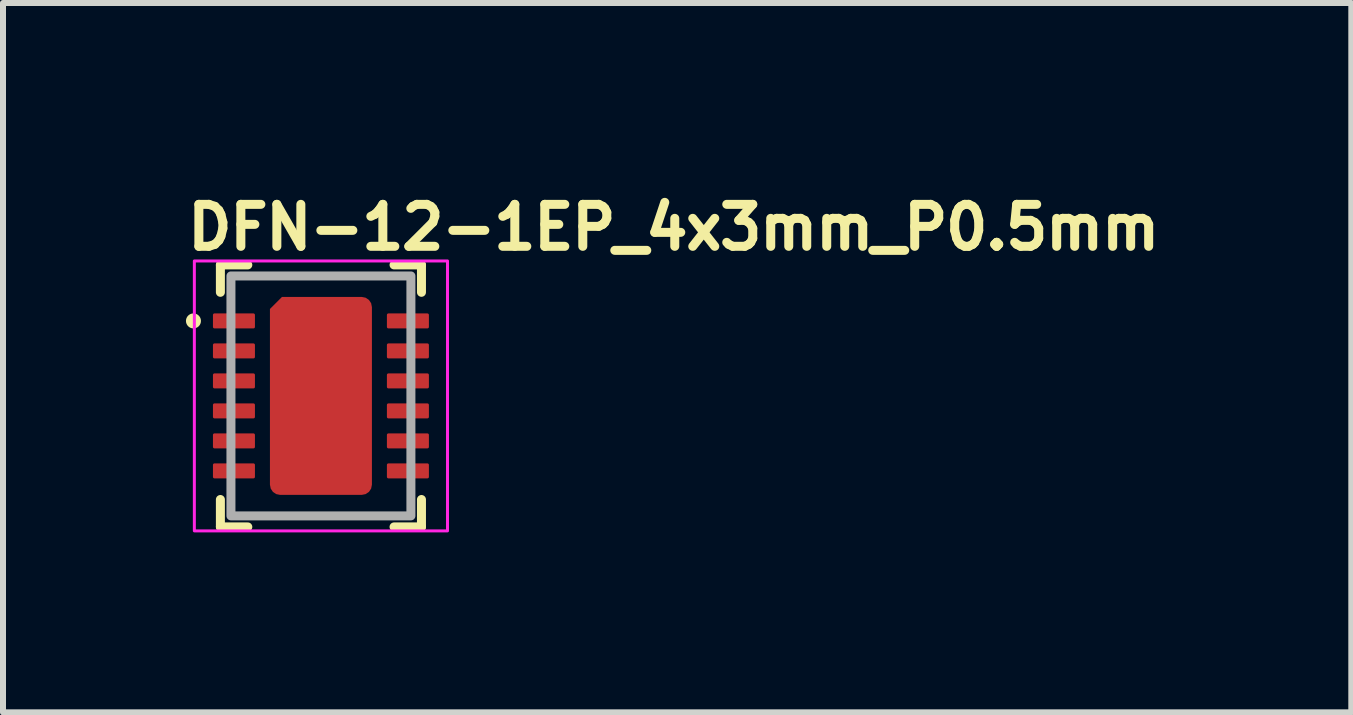
<source format=kicad_pcb>
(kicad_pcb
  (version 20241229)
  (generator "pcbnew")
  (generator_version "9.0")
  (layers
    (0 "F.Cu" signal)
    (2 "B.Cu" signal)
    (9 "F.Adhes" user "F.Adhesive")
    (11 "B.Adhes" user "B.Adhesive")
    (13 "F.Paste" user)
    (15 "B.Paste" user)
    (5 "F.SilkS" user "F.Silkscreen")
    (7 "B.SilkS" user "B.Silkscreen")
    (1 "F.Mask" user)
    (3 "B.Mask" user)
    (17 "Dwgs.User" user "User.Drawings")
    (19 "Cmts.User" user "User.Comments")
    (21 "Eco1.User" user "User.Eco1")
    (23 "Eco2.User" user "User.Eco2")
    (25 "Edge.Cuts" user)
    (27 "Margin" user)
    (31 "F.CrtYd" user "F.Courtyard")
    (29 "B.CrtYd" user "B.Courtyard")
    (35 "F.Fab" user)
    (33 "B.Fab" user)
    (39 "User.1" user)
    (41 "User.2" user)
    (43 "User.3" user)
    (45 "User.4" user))
  (footprint "DFN-12-1EP_4x3mm_P0.5mm"
    (layer "F.Cu")
    (at 2.3 3.55)
    (property "Reference" "DFN-12-1EP_4x3mm_P0.5mm" (at -2.3 -2.4 0) (layer "F.SilkS") (effects (font (size 0.7 0.7) (thickness 0.15)) (justify left bottom)))
    (attr smd)
    (fp_line (start -1.676 -2.184) (end -1.676 -1.727) (stroke (width 0.15) (type solid)) (layer "F.SilkS"))
    (fp_line (start -1.676 -2.184) (end -1.219 -2.184) (stroke (width 0.15) (type solid)) (layer "F.SilkS"))
    (fp_line (start -1.676 1.727) (end -1.676 2.184) (stroke (width 0.15) (type solid)) (layer "F.SilkS"))
    (fp_line (start -1.676 2.184) (end -1.219 2.184) (stroke (width 0.15) (type solid)) (layer "F.SilkS"))
    (fp_line (start 1.676 -2.184) (end 1.219 -2.184) (stroke (width 0.15) (type solid)) (layer "F.SilkS"))
    (fp_line (start 1.676 -1.727) (end 1.676 -2.184) (stroke (width 0.15) (type solid)) (layer "F.SilkS"))
    (fp_line (start 1.676 2.184) (end 1.219 2.184) (stroke (width 0.15) (type solid)) (layer "F.SilkS"))
    (fp_line (start 1.676 2.184) (end 1.676 1.727) (stroke (width 0.15) (type solid)) (layer "F.SilkS"))
    (fp_circle (center -2.125 -1.25) (end -2.075 -1.25) (stroke (width 0.15) (type solid)) (fill yes) (layer "F.SilkS"))
    (fp_rect (start -2.11 -2.25) (end 2.11 2.25) (stroke (width 0.05) (type solid)) (fill no) (layer "F.CrtYd"))
    (fp_rect (start -1.5 -2) (end 1.5 2) (stroke (width 0.15) (type solid)) (fill no) (layer "F.Fab"))
    (fp_rect (start -1.5 -2) (end 1.5 2) (stroke (width 0.1) (type solid)) (fill no) (layer "User.5"))
    (fp_line (start -1.5 -2) (end -1.5 2) (stroke (width 0.02) (type solid)) (layer "User.9"))
    (fp_line (start -1.5 2) (end 1.5 2) (stroke (width 0.02) (type solid)) (layer "User.9"))
    (fp_line (start -1.236 -1.594) (end -1.233 -1.56) (stroke (width 0.02) (type solid)) (layer "User.9"))
    (fp_line (start -1.236 -1.594) (end -1.233 -1.56) (stroke (width 0.02) (type solid)) (layer "User.9"))
    (fp_line (start -1.233 -1.628) (end -1.236 -1.594) (stroke (width 0.02) (type solid)) (layer "User.9"))
    (fp_line (start -1.233 -1.628) (end -1.236 -1.594) (stroke (width 0.02) (type solid)) (layer "User.9"))
    (fp_line (start -1.233 -1.56) (end -1.221 -1.528) (stroke (width 0.02) (type solid)) (layer "User.9"))
    (fp_line (start -1.233 -1.56) (end -1.221 -1.528) (stroke (width 0.02) (type solid)) (layer "User.9"))
    (fp_line (start -1.221 -1.66) (end -1.233 -1.628) (stroke (width 0.02) (type solid)) (layer "User.9"))
    (fp_line (start -1.221 -1.66) (end -1.233 -1.628) (stroke (width 0.02) (type solid)) (layer "User.9"))
    (fp_line (start -1.221 -1.528) (end -1.203 -1.499) (stroke (width 0.02) (type solid)) (layer "User.9"))
    (fp_line (start -1.221 -1.528) (end -1.203 -1.499) (stroke (width 0.02) (type solid)) (layer "User.9"))
    (fp_line (start -1.203 -1.689) (end -1.221 -1.66) (stroke (width 0.02) (type solid)) (layer "User.9"))
    (fp_line (start -1.203 -1.689) (end -1.221 -1.66) (stroke (width 0.02) (type solid)) (layer "User.9"))
    (fp_line (start -1.203 -1.499) (end -1.179 -1.475) (stroke (width 0.02) (type solid)) (layer "User.9"))
    (fp_line (start -1.203 -1.499) (end -1.179 -1.475) (stroke (width 0.02) (type solid)) (layer "User.9"))
    (fp_line (start -1.179 -1.713) (end -1.203 -1.689) (stroke (width 0.02) (type solid)) (layer "User.9"))
    (fp_line (start -1.179 -1.713) (end -1.203 -1.689) (stroke (width 0.02) (type solid)) (layer "User.9"))
    (fp_line (start -1.179 -1.475) (end -1.15 -1.457) (stroke (width 0.02) (type solid)) (layer "User.9"))
    (fp_line (start -1.179 -1.475) (end -1.15 -1.457) (stroke (width 0.02) (type solid)) (layer "User.9"))
    (fp_line (start -1.15 -1.731) (end -1.179 -1.713) (stroke (width 0.02) (type solid)) (layer "User.9"))
    (fp_line (start -1.15 -1.731) (end -1.179 -1.713) (stroke (width 0.02) (type solid)) (layer "User.9"))
    (fp_line (start -1.15 -1.457) (end -1.118 -1.445) (stroke (width 0.02) (type solid)) (layer "User.9"))
    (fp_line (start -1.15 -1.457) (end -1.118 -1.445) (stroke (width 0.02) (type solid)) (layer "User.9"))
    (fp_line (start -1.118 -1.742) (end -1.15 -1.731) (stroke (width 0.02) (type solid)) (layer "User.9"))
    (fp_line (start -1.118 -1.742) (end -1.15 -1.731) (stroke (width 0.02) (type solid)) (layer "User.9"))
    (fp_line (start -1.118 -1.445) (end -1.084 -1.442) (stroke (width 0.02) (type solid)) (layer "User.9"))
    (fp_line (start -1.118 -1.445) (end -1.084 -1.442) (stroke (width 0.02) (type solid)) (layer "User.9"))
    (fp_line (start -1.084 -1.746) (end -1.118 -1.742) (stroke (width 0.02) (type solid)) (layer "User.9"))
    (fp_line (start -1.084 -1.746) (end -1.118 -1.742) (stroke (width 0.02) (type solid)) (layer "User.9"))
    (fp_line (start -1.084 -1.442) (end -1.05 -1.445) (stroke (width 0.02) (type solid)) (layer "User.9"))
    (fp_line (start -1.084 -1.442) (end -1.05 -1.445) (stroke (width 0.02) (type solid)) (layer "User.9"))
    (fp_line (start -1.05 -1.742) (end -1.084 -1.746) (stroke (width 0.02) (type solid)) (layer "User.9"))
    (fp_line (start -1.05 -1.742) (end -1.084 -1.746) (stroke (width 0.02) (type solid)) (layer "User.9"))
    (fp_line (start -1.05 -1.445) (end -1.018 -1.457) (stroke (width 0.02) (type solid)) (layer "User.9"))
    (fp_line (start -1.05 -1.445) (end -1.018 -1.457) (stroke (width 0.02) (type solid)) (layer "User.9"))
    (fp_line (start -1.018 -1.731) (end -1.05 -1.742) (stroke (width 0.02) (type solid)) (layer "User.9"))
    (fp_line (start -1.018 -1.731) (end -1.05 -1.742) (stroke (width 0.02) (type solid)) (layer "User.9"))
    (fp_line (start -1.018 -1.457) (end -0.989 -1.475) (stroke (width 0.02) (type solid)) (layer "User.9"))
    (fp_line (start -1.018 -1.457) (end -0.989 -1.475) (stroke (width 0.02) (type solid)) (layer "User.9"))
    (fp_line (start -0.989 -1.713) (end -1.018 -1.731) (stroke (width 0.02) (type solid)) (layer "User.9"))
    (fp_line (start -0.989 -1.713) (end -1.018 -1.731) (stroke (width 0.02) (type solid)) (layer "User.9"))
    (fp_line (start -0.989 -1.475) (end -0.965 -1.499) (stroke (width 0.02) (type solid)) (layer "User.9"))
    (fp_line (start -0.989 -1.475) (end -0.965 -1.499) (stroke (width 0.02) (type solid)) (layer "User.9"))
    (fp_line (start -0.965 -1.689) (end -0.989 -1.713) (stroke (width 0.02) (type solid)) (layer "User.9"))
    (fp_line (start -0.965 -1.689) (end -0.989 -1.713) (stroke (width 0.02) (type solid)) (layer "User.9"))
    (fp_line (start -0.965 -1.499) (end -0.947 -1.528) (stroke (width 0.02) (type solid)) (layer "User.9"))
    (fp_line (start -0.965 -1.499) (end -0.947 -1.528) (stroke (width 0.02) (type solid)) (layer "User.9"))
    (fp_line (start -0.947 -1.66) (end -0.965 -1.689) (stroke (width 0.02) (type solid)) (layer "User.9"))
    (fp_line (start -0.947 -1.66) (end -0.965 -1.689) (stroke (width 0.02) (type solid)) (layer "User.9"))
    (fp_line (start -0.947 -1.528) (end -0.935 -1.56) (stroke (width 0.02) (type solid)) (layer "User.9"))
    (fp_line (start -0.947 -1.528) (end -0.935 -1.56) (stroke (width 0.02) (type solid)) (layer "User.9"))
    (fp_line (start -0.935 -1.628) (end -0.947 -1.66) (stroke (width 0.02) (type solid)) (layer "User.9"))
    (fp_line (start -0.935 -1.628) (end -0.947 -1.66) (stroke (width 0.02) (type solid)) (layer "User.9"))
    (fp_line (start -0.935 -1.56) (end -0.932 -1.594) (stroke (width 0.02) (type solid)) (layer "User.9"))
    (fp_line (start -0.935 -1.56) (end -0.932 -1.594) (stroke (width 0.02) (type solid)) (layer "User.9"))
    (fp_line (start -0.932 -1.594) (end -0.935 -1.628) (stroke (width 0.02) (type solid)) (layer "User.9"))
    (fp_line (start -0.932 -1.594) (end -0.935 -1.628) (stroke (width 0.02) (type solid)) (layer "User.9"))
    (fp_line (start 1.5 -2) (end -1.5 -2) (stroke (width 0.02) (type solid)) (layer "User.9"))
    (fp_line (start 1.5 2) (end 1.5 -2) (stroke (width 0.02) (type solid)) (layer "User.9"))
    (pad "1" smd roundrect (at -1.45 -1.25) (size 0.7 0.25) (layers "F.Cu" "F.Mask" "F.Paste") (roundrect_rratio 0.1))
    (pad "2" smd roundrect (at -1.45 -0.75) (size 0.7 0.25) (layers "F.Cu" "F.Mask" "F.Paste") (roundrect_rratio 0.1))
    (pad "3" smd roundrect (at -1.45 -0.25) (size 0.7 0.25) (layers "F.Cu" "F.Mask" "F.Paste") (roundrect_rratio 0.1))
    (pad "4" smd roundrect (at -1.45 0.25) (size 0.7 0.25) (layers "F.Cu" "F.Mask" "F.Paste") (roundrect_rratio 0.1))
    (pad "5" smd roundrect (at -1.45 0.75) (size 0.7 0.25) (layers "F.Cu" "F.Mask" "F.Paste") (roundrect_rratio 0.1))
    (pad "6" smd roundrect (at -1.45 1.25) (size 0.7 0.25) (layers "F.Cu" "F.Mask" "F.Paste") (roundrect_rratio 0.1))
    (pad "7" smd roundrect (at 1.45 1.25) (size 0.7 0.25) (layers "F.Cu" "F.Mask" "F.Paste") (roundrect_rratio 0.1))
    (pad "8" smd roundrect (at 1.45 0.75) (size 0.7 0.25) (layers "F.Cu" "F.Mask" "F.Paste") (roundrect_rratio 0.1))
    (pad "9" smd roundrect (at 1.45 0.25) (size 0.7 0.25) (layers "F.Cu" "F.Mask" "F.Paste") (roundrect_rratio 0.1))
    (pad "10" smd roundrect (at 1.45 -0.25) (size 0.7 0.25) (layers "F.Cu" "F.Mask" "F.Paste") (roundrect_rratio 0.1))
    (pad "11" smd roundrect (at 1.45 -0.75) (size 0.7 0.25) (layers "F.Cu" "F.Mask" "F.Paste") (roundrect_rratio 0.1))
    (pad "12" smd roundrect (at 1.45 -1.25) (size 0.7 0.25) (layers "F.Cu" "F.Mask" "F.Paste") (roundrect_rratio 0.1))
    (pad "13" smd roundrect (at 0 0) (size 1.7 3.3) (layers "F.Cu" "F.Mask" "F.Paste") (roundrect_rratio 0.1) (chamfer_ratio 0.118) (chamfer top_left)))
  (gr_rect
    (start -3 -3)
    (end 19.477 8.825)
    (stroke (width 0.1) (type default))
    (fill no)
    (layer "Edge.Cuts")))
</source>
